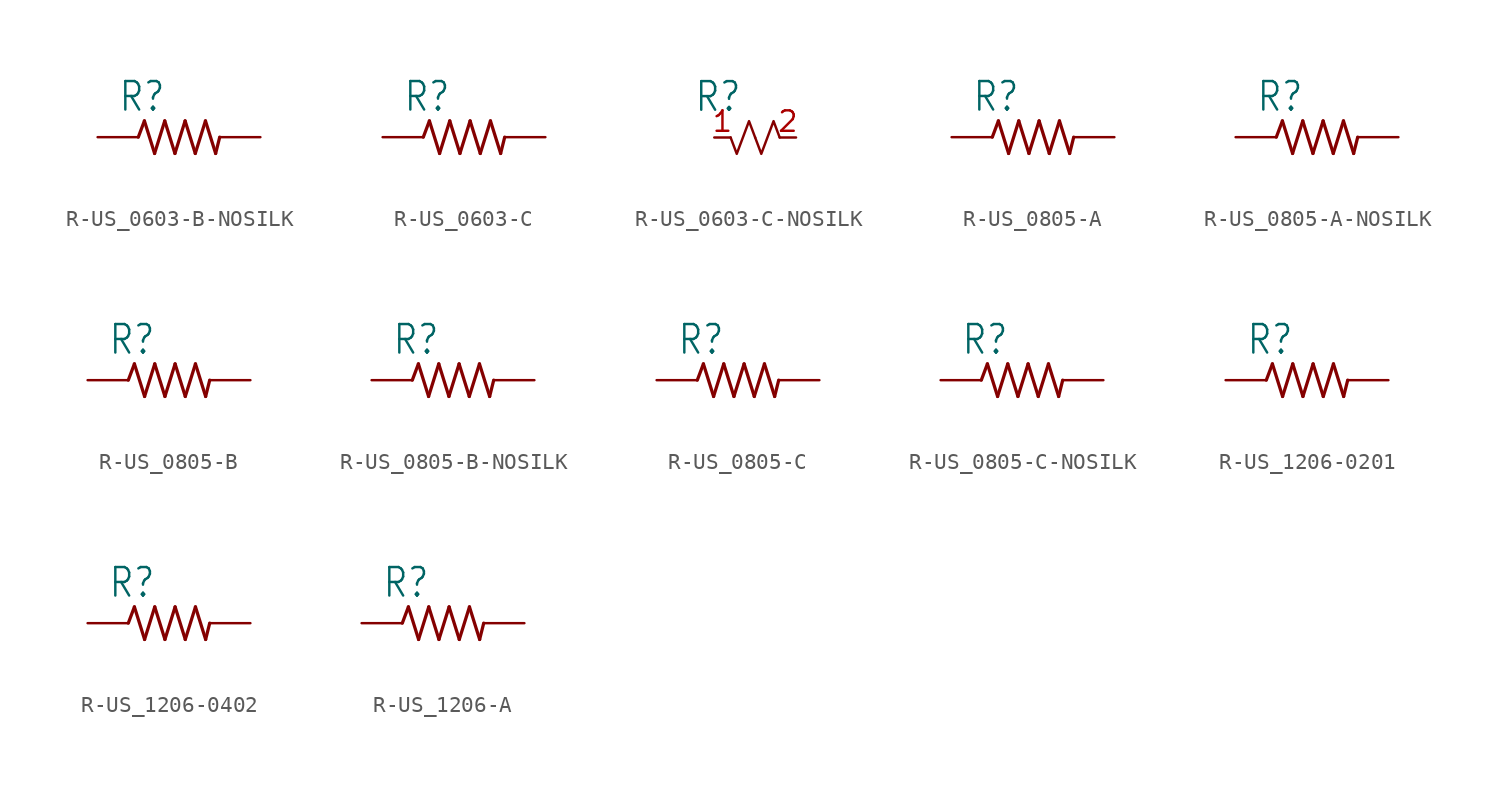
<source format=kicad_sym>
(kicad_symbol_lib
  (version 20241209)
  (generator "kicad_symbol_editor")
  (generator_version "9.0")
  (symbol "R-US_0603-B-NOSILK"
    (property "Reference" "R"
      (at -3.81 1.499 0)
      (effects (font (size 1.778 1.511)) (justify left bottom)))
    (property "Value" ""
      (at -3.81 -3.302 0)
      (effects (font (size 1.778 1.511)) (justify left bottom)))
    (property "ki_locked" ""
      (at 0 0 0)
      (effects (font (size 1.27 1.27))))
    (symbol "R-US_0603-B-NOSILK_1_0"
      (polyline (pts (xy -2.54 0) (xy -2.159 1.016)) (stroke (width 0.203) (type solid)) (fill (type none)))
      (polyline (pts (xy -2.159 1.016) (xy -1.524 -1.016)) (stroke (width 0.203) (type solid)) (fill (type none)))
      (polyline (pts (xy -1.524 -1.016) (xy -0.889 1.016)) (stroke (width 0.203) (type solid)) (fill (type none)))
      (polyline (pts (xy -0.889 1.016) (xy -0.254 -1.016)) (stroke (width 0.203) (type solid)) (fill (type none)))
      (polyline (pts (xy -0.254 -1.016) (xy 0.381 1.016)) (stroke (width 0.203) (type solid)) (fill (type none)))
      (polyline (pts (xy 0.381 1.016) (xy 1.016 -1.016)) (stroke (width 0.203) (type solid)) (fill (type none)))
      (polyline (pts (xy 1.016 -1.016) (xy 1.651 1.016)) (stroke (width 0.203) (type solid)) (fill (type none)))
      (polyline (pts (xy 1.651 1.016) (xy 2.286 -1.016)) (stroke (width 0.203) (type solid)) (fill (type none)))
      (polyline (pts (xy 2.286 -1.016) (xy 2.54 0)) (stroke (width 0.203) (type solid)) (fill (type none)))
      (pin passive line (at -5.08 0 0) (length 2.54) (name "1" (effects (font (size 0 0)))) (number "1" (effects (font (size 0 0)))))
      (pin passive line (at 5.08 0 180) (length 2.54) (name "2" (effects (font (size 0 0)))) (number "2" (effects (font (size 0 0)))))))
  (symbol "R-US_0603-C"
    (property "Reference" "R"
      (at -3.81 1.499 0)
      (effects (font (size 1.778 1.511)) (justify left bottom)))
    (property "Value" ""
      (at -3.81 -3.302 0)
      (effects (font (size 1.778 1.511)) (justify left bottom)))
    (property "ki_locked" ""
      (at 0 0 0)
      (effects (font (size 1.27 1.27))))
    (symbol "R-US_0603-C_1_0"
      (polyline (pts (xy -2.54 0) (xy -2.159 1.016)) (stroke (width 0.203) (type solid)) (fill (type none)))
      (polyline (pts (xy -2.159 1.016) (xy -1.524 -1.016)) (stroke (width 0.203) (type solid)) (fill (type none)))
      (polyline (pts (xy -1.524 -1.016) (xy -0.889 1.016)) (stroke (width 0.203) (type solid)) (fill (type none)))
      (polyline (pts (xy -0.889 1.016) (xy -0.254 -1.016)) (stroke (width 0.203) (type solid)) (fill (type none)))
      (polyline (pts (xy -0.254 -1.016) (xy 0.381 1.016)) (stroke (width 0.203) (type solid)) (fill (type none)))
      (polyline (pts (xy 0.381 1.016) (xy 1.016 -1.016)) (stroke (width 0.203) (type solid)) (fill (type none)))
      (polyline (pts (xy 1.016 -1.016) (xy 1.651 1.016)) (stroke (width 0.203) (type solid)) (fill (type none)))
      (polyline (pts (xy 1.651 1.016) (xy 2.286 -1.016)) (stroke (width 0.203) (type solid)) (fill (type none)))
      (polyline (pts (xy 2.286 -1.016) (xy 2.54 0)) (stroke (width 0.203) (type solid)) (fill (type none)))
      (pin passive line (at -5.08 0 0) (length 2.54) (name "1" (effects (font (size 0 0)))) (number "1" (effects (font (size 0 0)))))
      (pin passive line (at 5.08 0 180) (length 2.54) (name "2" (effects (font (size 0 0)))) (number "2" (effects (font (size 0 0)))))))
  (symbol "R-US_0603-C-NOSILK"
    (property "Reference" "R"
      (at -3.81 1.499 0)
      (effects (font (size 1.778 1.511)) (justify left bottom)))
    (property "Value" ""
      (at -3.81 -3.302 0)
      (effects (font (size 1.778 1.511)) (justify left bottom)))
    (property "ki_locked" ""
      (at 0 0 0)
      (effects (font (size 1.27 1.27))))
    (symbol "R-US_0603-C-NOSILK_1_1"
      (polyline (pts (xy -1.524 0) (xy -1.143 -1.016) (xy -0.762 0) (xy -0.381 1.016) (xy 0 0)) (stroke (width 0) (type default)) (fill (type none)))
      (polyline (pts (xy 0 0) (xy 0.381 -1.016) (xy 0.762 0) (xy 1.143 1.016) (xy 1.524 0)) (stroke (width 0) (type default)) (fill (type none)))
      (pin passive line (at -2.54 0 0) (length 1.016) (name "~" (effects (font (size 1.27 1.27)))) (number "1" (effects (font (size 1.27 1.27)))))
      (pin passive line (at 2.54 0 180) (length 1.016) (name "~" (effects (font (size 1.27 1.27)))) (number "2" (effects (font (size 1.27 1.27)))))))
  (symbol "R-US_0805-A"
    (property "Reference" "R"
      (at -3.81 1.499 0)
      (effects (font (size 1.778 1.511)) (justify left bottom)))
    (property "Value" ""
      (at -3.81 -3.302 0)
      (effects (font (size 1.778 1.511)) (justify left bottom)))
    (property "ki_locked" ""
      (at 0 0 0)
      (effects (font (size 1.27 1.27))))
    (symbol "R-US_0805-A_1_0"
      (polyline (pts (xy -2.54 0) (xy -2.159 1.016)) (stroke (width 0.203) (type solid)) (fill (type none)))
      (polyline (pts (xy -2.159 1.016) (xy -1.524 -1.016)) (stroke (width 0.203) (type solid)) (fill (type none)))
      (polyline (pts (xy -1.524 -1.016) (xy -0.889 1.016)) (stroke (width 0.203) (type solid)) (fill (type none)))
      (polyline (pts (xy -0.889 1.016) (xy -0.254 -1.016)) (stroke (width 0.203) (type solid)) (fill (type none)))
      (polyline (pts (xy -0.254 -1.016) (xy 0.381 1.016)) (stroke (width 0.203) (type solid)) (fill (type none)))
      (polyline (pts (xy 0.381 1.016) (xy 1.016 -1.016)) (stroke (width 0.203) (type solid)) (fill (type none)))
      (polyline (pts (xy 1.016 -1.016) (xy 1.651 1.016)) (stroke (width 0.203) (type solid)) (fill (type none)))
      (polyline (pts (xy 1.651 1.016) (xy 2.286 -1.016)) (stroke (width 0.203) (type solid)) (fill (type none)))
      (polyline (pts (xy 2.286 -1.016) (xy 2.54 0)) (stroke (width 0.203) (type solid)) (fill (type none)))
      (pin passive line (at -5.08 0 0) (length 2.54) (name "1" (effects (font (size 0 0)))) (number "1" (effects (font (size 0 0)))))
      (pin passive line (at 5.08 0 180) (length 2.54) (name "2" (effects (font (size 0 0)))) (number "2" (effects (font (size 0 0)))))))
  (symbol "R-US_0805-A-NOSILK"
    (property "Reference" "R"
      (at -3.81 1.499 0)
      (effects (font (size 1.778 1.511)) (justify left bottom)))
    (property "Value" ""
      (at -3.81 -3.302 0)
      (effects (font (size 1.778 1.511)) (justify left bottom)))
    (property "ki_locked" ""
      (at 0 0 0)
      (effects (font (size 1.27 1.27))))
    (symbol "R-US_0805-A-NOSILK_1_0"
      (polyline (pts (xy -2.54 0) (xy -2.159 1.016)) (stroke (width 0.203) (type solid)) (fill (type none)))
      (polyline (pts (xy -2.159 1.016) (xy -1.524 -1.016)) (stroke (width 0.203) (type solid)) (fill (type none)))
      (polyline (pts (xy -1.524 -1.016) (xy -0.889 1.016)) (stroke (width 0.203) (type solid)) (fill (type none)))
      (polyline (pts (xy -0.889 1.016) (xy -0.254 -1.016)) (stroke (width 0.203) (type solid)) (fill (type none)))
      (polyline (pts (xy -0.254 -1.016) (xy 0.381 1.016)) (stroke (width 0.203) (type solid)) (fill (type none)))
      (polyline (pts (xy 0.381 1.016) (xy 1.016 -1.016)) (stroke (width 0.203) (type solid)) (fill (type none)))
      (polyline (pts (xy 1.016 -1.016) (xy 1.651 1.016)) (stroke (width 0.203) (type solid)) (fill (type none)))
      (polyline (pts (xy 1.651 1.016) (xy 2.286 -1.016)) (stroke (width 0.203) (type solid)) (fill (type none)))
      (polyline (pts (xy 2.286 -1.016) (xy 2.54 0)) (stroke (width 0.203) (type solid)) (fill (type none)))
      (pin passive line (at -5.08 0 0) (length 2.54) (name "1" (effects (font (size 0 0)))) (number "1" (effects (font (size 0 0)))))
      (pin passive line (at 5.08 0 180) (length 2.54) (name "2" (effects (font (size 0 0)))) (number "2" (effects (font (size 0 0)))))))
  (symbol "R-US_0805-B"
    (property "Reference" "R"
      (at -3.81 1.499 0)
      (effects (font (size 1.778 1.511)) (justify left bottom)))
    (property "Value" ""
      (at -3.81 -3.302 0)
      (effects (font (size 1.778 1.511)) (justify left bottom)))
    (property "ki_locked" ""
      (at 0 0 0)
      (effects (font (size 1.27 1.27))))
    (symbol "R-US_0805-B_1_0"
      (polyline (pts (xy -2.54 0) (xy -2.159 1.016)) (stroke (width 0.203) (type solid)) (fill (type none)))
      (polyline (pts (xy -2.159 1.016) (xy -1.524 -1.016)) (stroke (width 0.203) (type solid)) (fill (type none)))
      (polyline (pts (xy -1.524 -1.016) (xy -0.889 1.016)) (stroke (width 0.203) (type solid)) (fill (type none)))
      (polyline (pts (xy -0.889 1.016) (xy -0.254 -1.016)) (stroke (width 0.203) (type solid)) (fill (type none)))
      (polyline (pts (xy -0.254 -1.016) (xy 0.381 1.016)) (stroke (width 0.203) (type solid)) (fill (type none)))
      (polyline (pts (xy 0.381 1.016) (xy 1.016 -1.016)) (stroke (width 0.203) (type solid)) (fill (type none)))
      (polyline (pts (xy 1.016 -1.016) (xy 1.651 1.016)) (stroke (width 0.203) (type solid)) (fill (type none)))
      (polyline (pts (xy 1.651 1.016) (xy 2.286 -1.016)) (stroke (width 0.203) (type solid)) (fill (type none)))
      (polyline (pts (xy 2.286 -1.016) (xy 2.54 0)) (stroke (width 0.203) (type solid)) (fill (type none)))
      (pin passive line (at -5.08 0 0) (length 2.54) (name "1" (effects (font (size 0 0)))) (number "1" (effects (font (size 0 0)))))
      (pin passive line (at 5.08 0 180) (length 2.54) (name "2" (effects (font (size 0 0)))) (number "2" (effects (font (size 0 0)))))))
  (symbol "R-US_0805-B-NOSILK"
    (property "Reference" "R"
      (at -3.81 1.499 0)
      (effects (font (size 1.778 1.511)) (justify left bottom)))
    (property "Value" ""
      (at -3.81 -3.302 0)
      (effects (font (size 1.778 1.511)) (justify left bottom)))
    (property "ki_locked" ""
      (at 0 0 0)
      (effects (font (size 1.27 1.27))))
    (symbol "R-US_0805-B-NOSILK_1_0"
      (polyline (pts (xy -2.54 0) (xy -2.159 1.016)) (stroke (width 0.203) (type solid)) (fill (type none)))
      (polyline (pts (xy -2.159 1.016) (xy -1.524 -1.016)) (stroke (width 0.203) (type solid)) (fill (type none)))
      (polyline (pts (xy -1.524 -1.016) (xy -0.889 1.016)) (stroke (width 0.203) (type solid)) (fill (type none)))
      (polyline (pts (xy -0.889 1.016) (xy -0.254 -1.016)) (stroke (width 0.203) (type solid)) (fill (type none)))
      (polyline (pts (xy -0.254 -1.016) (xy 0.381 1.016)) (stroke (width 0.203) (type solid)) (fill (type none)))
      (polyline (pts (xy 0.381 1.016) (xy 1.016 -1.016)) (stroke (width 0.203) (type solid)) (fill (type none)))
      (polyline (pts (xy 1.016 -1.016) (xy 1.651 1.016)) (stroke (width 0.203) (type solid)) (fill (type none)))
      (polyline (pts (xy 1.651 1.016) (xy 2.286 -1.016)) (stroke (width 0.203) (type solid)) (fill (type none)))
      (polyline (pts (xy 2.286 -1.016) (xy 2.54 0)) (stroke (width 0.203) (type solid)) (fill (type none)))
      (pin passive line (at -5.08 0 0) (length 2.54) (name "1" (effects (font (size 0 0)))) (number "1" (effects (font (size 0 0)))))
      (pin passive line (at 5.08 0 180) (length 2.54) (name "2" (effects (font (size 0 0)))) (number "2" (effects (font (size 0 0)))))))
  (symbol "R-US_0805-C"
    (property "Reference" "R"
      (at -3.81 1.499 0)
      (effects (font (size 1.778 1.511)) (justify left bottom)))
    (property "Value" ""
      (at -3.81 -3.302 0)
      (effects (font (size 1.778 1.511)) (justify left bottom)))
    (property "ki_locked" ""
      (at 0 0 0)
      (effects (font (size 1.27 1.27))))
    (symbol "R-US_0805-C_1_0"
      (polyline (pts (xy -2.54 0) (xy -2.159 1.016)) (stroke (width 0.203) (type solid)) (fill (type none)))
      (polyline (pts (xy -2.159 1.016) (xy -1.524 -1.016)) (stroke (width 0.203) (type solid)) (fill (type none)))
      (polyline (pts (xy -1.524 -1.016) (xy -0.889 1.016)) (stroke (width 0.203) (type solid)) (fill (type none)))
      (polyline (pts (xy -0.889 1.016) (xy -0.254 -1.016)) (stroke (width 0.203) (type solid)) (fill (type none)))
      (polyline (pts (xy -0.254 -1.016) (xy 0.381 1.016)) (stroke (width 0.203) (type solid)) (fill (type none)))
      (polyline (pts (xy 0.381 1.016) (xy 1.016 -1.016)) (stroke (width 0.203) (type solid)) (fill (type none)))
      (polyline (pts (xy 1.016 -1.016) (xy 1.651 1.016)) (stroke (width 0.203) (type solid)) (fill (type none)))
      (polyline (pts (xy 1.651 1.016) (xy 2.286 -1.016)) (stroke (width 0.203) (type solid)) (fill (type none)))
      (polyline (pts (xy 2.286 -1.016) (xy 2.54 0)) (stroke (width 0.203) (type solid)) (fill (type none)))
      (pin passive line (at -5.08 0 0) (length 2.54) (name "1" (effects (font (size 0 0)))) (number "1" (effects (font (size 0 0)))))
      (pin passive line (at 5.08 0 180) (length 2.54) (name "2" (effects (font (size 0 0)))) (number "2" (effects (font (size 0 0)))))))
  (symbol "R-US_0805-C-NOSILK"
    (property "Reference" "R"
      (at -3.81 1.499 0)
      (effects (font (size 1.778 1.511)) (justify left bottom)))
    (property "Value" ""
      (at -3.81 -3.302 0)
      (effects (font (size 1.778 1.511)) (justify left bottom)))
    (property "ki_locked" ""
      (at 0 0 0)
      (effects (font (size 1.27 1.27))))
    (symbol "R-US_0805-C-NOSILK_1_0"
      (polyline (pts (xy -2.54 0) (xy -2.159 1.016)) (stroke (width 0.203) (type solid)) (fill (type none)))
      (polyline (pts (xy -2.159 1.016) (xy -1.524 -1.016)) (stroke (width 0.203) (type solid)) (fill (type none)))
      (polyline (pts (xy -1.524 -1.016) (xy -0.889 1.016)) (stroke (width 0.203) (type solid)) (fill (type none)))
      (polyline (pts (xy -0.889 1.016) (xy -0.254 -1.016)) (stroke (width 0.203) (type solid)) (fill (type none)))
      (polyline (pts (xy -0.254 -1.016) (xy 0.381 1.016)) (stroke (width 0.203) (type solid)) (fill (type none)))
      (polyline (pts (xy 0.381 1.016) (xy 1.016 -1.016)) (stroke (width 0.203) (type solid)) (fill (type none)))
      (polyline (pts (xy 1.016 -1.016) (xy 1.651 1.016)) (stroke (width 0.203) (type solid)) (fill (type none)))
      (polyline (pts (xy 1.651 1.016) (xy 2.286 -1.016)) (stroke (width 0.203) (type solid)) (fill (type none)))
      (polyline (pts (xy 2.286 -1.016) (xy 2.54 0)) (stroke (width 0.203) (type solid)) (fill (type none)))
      (pin passive line (at -5.08 0 0) (length 2.54) (name "1" (effects (font (size 0 0)))) (number "1" (effects (font (size 0 0)))))
      (pin passive line (at 5.08 0 180) (length 2.54) (name "2" (effects (font (size 0 0)))) (number "2" (effects (font (size 0 0)))))))
  (symbol "R-US_1206-0201"
    (property "Reference" "R"
      (at -3.81 1.499 0)
      (effects (font (size 1.778 1.511)) (justify left bottom)))
    (property "Value" ""
      (at -3.81 -3.302 0)
      (effects (font (size 1.778 1.511)) (justify left bottom)))
    (property "ki_locked" ""
      (at 0 0 0)
      (effects (font (size 1.27 1.27))))
    (symbol "R-US_1206-0201_1_0"
      (polyline (pts (xy -2.54 0) (xy -2.159 1.016)) (stroke (width 0.203) (type solid)) (fill (type none)))
      (polyline (pts (xy -2.159 1.016) (xy -1.524 -1.016)) (stroke (width 0.203) (type solid)) (fill (type none)))
      (polyline (pts (xy -1.524 -1.016) (xy -0.889 1.016)) (stroke (width 0.203) (type solid)) (fill (type none)))
      (polyline (pts (xy -0.889 1.016) (xy -0.254 -1.016)) (stroke (width 0.203) (type solid)) (fill (type none)))
      (polyline (pts (xy -0.254 -1.016) (xy 0.381 1.016)) (stroke (width 0.203) (type solid)) (fill (type none)))
      (polyline (pts (xy 0.381 1.016) (xy 1.016 -1.016)) (stroke (width 0.203) (type solid)) (fill (type none)))
      (polyline (pts (xy 1.016 -1.016) (xy 1.651 1.016)) (stroke (width 0.203) (type solid)) (fill (type none)))
      (polyline (pts (xy 1.651 1.016) (xy 2.286 -1.016)) (stroke (width 0.203) (type solid)) (fill (type none)))
      (polyline (pts (xy 2.286 -1.016) (xy 2.54 0)) (stroke (width 0.203) (type solid)) (fill (type none)))
      (pin passive line (at -5.08 0 0) (length 2.54) (name "1" (effects (font (size 0 0)))) (number "1" (effects (font (size 0 0)))))
      (pin passive line (at 5.08 0 180) (length 2.54) (name "2" (effects (font (size 0 0)))) (number "2" (effects (font (size 0 0)))))))
  (symbol "R-US_1206-0402"
    (property "Reference" "R"
      (at -3.81 1.499 0)
      (effects (font (size 1.778 1.511)) (justify left bottom)))
    (property "Value" ""
      (at -3.81 -3.302 0)
      (effects (font (size 1.778 1.511)) (justify left bottom)))
    (property "ki_locked" ""
      (at 0 0 0)
      (effects (font (size 1.27 1.27))))
    (symbol "R-US_1206-0402_1_0"
      (polyline (pts (xy -2.54 0) (xy -2.159 1.016)) (stroke (width 0.203) (type solid)) (fill (type none)))
      (polyline (pts (xy -2.159 1.016) (xy -1.524 -1.016)) (stroke (width 0.203) (type solid)) (fill (type none)))
      (polyline (pts (xy -1.524 -1.016) (xy -0.889 1.016)) (stroke (width 0.203) (type solid)) (fill (type none)))
      (polyline (pts (xy -0.889 1.016) (xy -0.254 -1.016)) (stroke (width 0.203) (type solid)) (fill (type none)))
      (polyline (pts (xy -0.254 -1.016) (xy 0.381 1.016)) (stroke (width 0.203) (type solid)) (fill (type none)))
      (polyline (pts (xy 0.381 1.016) (xy 1.016 -1.016)) (stroke (width 0.203) (type solid)) (fill (type none)))
      (polyline (pts (xy 1.016 -1.016) (xy 1.651 1.016)) (stroke (width 0.203) (type solid)) (fill (type none)))
      (polyline (pts (xy 1.651 1.016) (xy 2.286 -1.016)) (stroke (width 0.203) (type solid)) (fill (type none)))
      (polyline (pts (xy 2.286 -1.016) (xy 2.54 0)) (stroke (width 0.203) (type solid)) (fill (type none)))
      (pin passive line (at -5.08 0 0) (length 2.54) (name "1" (effects (font (size 0 0)))) (number "1" (effects (font (size 0 0)))))
      (pin passive line (at 5.08 0 180) (length 2.54) (name "2" (effects (font (size 0 0)))) (number "2" (effects (font (size 0 0)))))))
  (symbol "R-US_1206-A"
    (property "Reference" "R"
      (at -3.81 1.499 0)
      (effects (font (size 1.778 1.511)) (justify left bottom)))
    (property "Value" ""
      (at -3.81 -3.302 0)
      (effects (font (size 1.778 1.511)) (justify left bottom)))
    (property "ki_locked" ""
      (at 0 0 0)
      (effects (font (size 1.27 1.27))))
    (symbol "R-US_1206-A_1_0"
      (polyline (pts (xy -2.54 0) (xy -2.159 1.016)) (stroke (width 0.203) (type solid)) (fill (type none)))
      (polyline (pts (xy -2.159 1.016) (xy -1.524 -1.016)) (stroke (width 0.203) (type solid)) (fill (type none)))
      (polyline (pts (xy -1.524 -1.016) (xy -0.889 1.016)) (stroke (width 0.203) (type solid)) (fill (type none)))
      (polyline (pts (xy -0.889 1.016) (xy -0.254 -1.016)) (stroke (width 0.203) (type solid)) (fill (type none)))
      (polyline (pts (xy -0.254 -1.016) (xy 0.381 1.016)) (stroke (width 0.203) (type solid)) (fill (type none)))
      (polyline (pts (xy 0.381 1.016) (xy 1.016 -1.016)) (stroke (width 0.203) (type solid)) (fill (type none)))
      (polyline (pts (xy 1.016 -1.016) (xy 1.651 1.016)) (stroke (width 0.203) (type solid)) (fill (type none)))
      (polyline (pts (xy 1.651 1.016) (xy 2.286 -1.016)) (stroke (width 0.203) (type solid)) (fill (type none)))
      (polyline (pts (xy 2.286 -1.016) (xy 2.54 0)) (stroke (width 0.203) (type solid)) (fill (type none)))
      (pin passive line (at -5.08 0 0) (length 2.54) (name "1" (effects (font (size 0 0)))) (number "1" (effects (font (size 0 0)))))
      (pin passive line (at 5.08 0 180) (length 2.54) (name "2" (effects (font (size 0 0)))) (number "2" (effects (font (size 0 0))))))))
</source>
